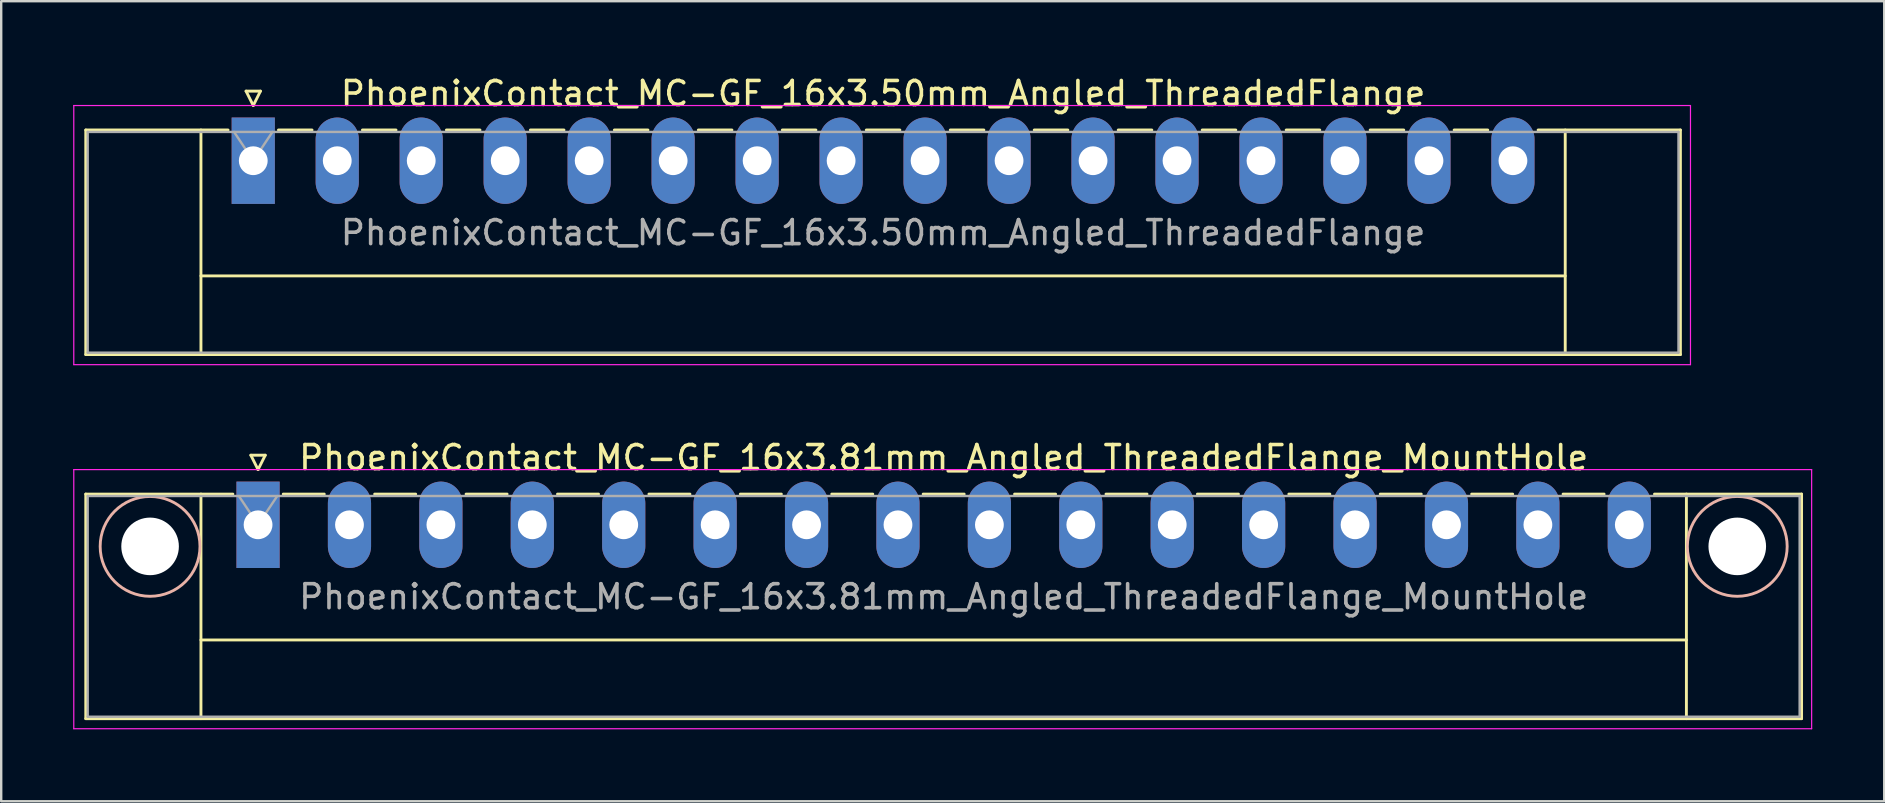
<source format=kicad_pcb>
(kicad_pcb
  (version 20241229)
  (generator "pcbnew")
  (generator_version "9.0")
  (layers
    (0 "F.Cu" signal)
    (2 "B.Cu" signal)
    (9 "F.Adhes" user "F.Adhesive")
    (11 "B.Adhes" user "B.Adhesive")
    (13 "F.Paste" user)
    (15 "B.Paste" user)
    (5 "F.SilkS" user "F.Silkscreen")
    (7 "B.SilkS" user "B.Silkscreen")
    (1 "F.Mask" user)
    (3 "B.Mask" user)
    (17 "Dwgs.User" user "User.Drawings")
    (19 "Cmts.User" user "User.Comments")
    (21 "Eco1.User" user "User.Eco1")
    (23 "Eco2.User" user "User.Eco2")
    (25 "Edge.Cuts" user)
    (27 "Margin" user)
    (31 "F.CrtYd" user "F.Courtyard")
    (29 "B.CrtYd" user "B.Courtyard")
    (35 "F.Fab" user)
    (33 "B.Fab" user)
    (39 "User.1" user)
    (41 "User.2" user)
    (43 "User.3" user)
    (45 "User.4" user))
  (footprint "PhoenixContact_MC-GF_16x3.50mm_Angled_ThreadedFlange"
    (layer "F.Cu")
    (at 7.505 3.648)
    (property "Reference" "PhoenixContact_MC-GF_16x3.50mm_Angled_ThreadedFlange" (at 26.25 -2.8 0) (layer "F.SilkS") (effects (font (size 1 1) (thickness 0.15))))
    (attr through_hole)
    (fp_line (start -6.98 -1.28) (end -6.98 8.08) (stroke (width 0.12) (type solid)) (layer "F.SilkS"))
    (fp_line (start -6.98 -1.28) (end -1.05 -1.28) (stroke (width 0.12) (type solid)) (layer "F.SilkS"))
    (fp_line (start -6.98 8.08) (end 59.48 8.08) (stroke (width 0.12) (type solid)) (layer "F.SilkS"))
    (fp_line (start -2.18 -1.28) (end -2.18 8.08) (stroke (width 0.12) (type solid)) (layer "F.SilkS"))
    (fp_line (start -2.18 4.8) (end 54.68 4.8) (stroke (width 0.12) (type solid)) (layer "F.SilkS"))
    (fp_line (start -0.3 -2.9) (end 0.3 -2.9) (stroke (width 0.12) (type solid)) (layer "F.SilkS"))
    (fp_line (start 0 -2.3) (end -0.3 -2.9) (stroke (width 0.12) (type solid)) (layer "F.SilkS"))
    (fp_line (start 0.3 -2.9) (end 0 -2.3) (stroke (width 0.12) (type solid)) (layer "F.SilkS"))
    (fp_line (start 1.05 -1.28) (end 2.45 -1.28) (stroke (width 0.12) (type solid)) (layer "F.SilkS"))
    (fp_line (start 4.55 -1.28) (end 5.95 -1.28) (stroke (width 0.12) (type solid)) (layer "F.SilkS"))
    (fp_line (start 8.05 -1.28) (end 9.45 -1.28) (stroke (width 0.12) (type solid)) (layer "F.SilkS"))
    (fp_line (start 11.55 -1.28) (end 12.95 -1.28) (stroke (width 0.12) (type solid)) (layer "F.SilkS"))
    (fp_line (start 15.05 -1.28) (end 16.45 -1.28) (stroke (width 0.12) (type solid)) (layer "F.SilkS"))
    (fp_line (start 18.55 -1.28) (end 19.95 -1.28) (stroke (width 0.12) (type solid)) (layer "F.SilkS"))
    (fp_line (start 22.05 -1.28) (end 23.45 -1.28) (stroke (width 0.12) (type solid)) (layer "F.SilkS"))
    (fp_line (start 25.55 -1.28) (end 26.95 -1.28) (stroke (width 0.12) (type solid)) (layer "F.SilkS"))
    (fp_line (start 29.05 -1.28) (end 30.45 -1.28) (stroke (width 0.12) (type solid)) (layer "F.SilkS"))
    (fp_line (start 32.55 -1.28) (end 33.95 -1.28) (stroke (width 0.12) (type solid)) (layer "F.SilkS"))
    (fp_line (start 36.05 -1.28) (end 37.45 -1.28) (stroke (width 0.12) (type solid)) (layer "F.SilkS"))
    (fp_line (start 39.55 -1.28) (end 40.95 -1.28) (stroke (width 0.12) (type solid)) (layer "F.SilkS"))
    (fp_line (start 43.05 -1.28) (end 44.45 -1.28) (stroke (width 0.12) (type solid)) (layer "F.SilkS"))
    (fp_line (start 46.55 -1.28) (end 47.95 -1.28) (stroke (width 0.12) (type solid)) (layer "F.SilkS"))
    (fp_line (start 50.05 -1.28) (end 51.45 -1.28) (stroke (width 0.12) (type solid)) (layer "F.SilkS"))
    (fp_line (start 54.68 -1.28) (end 54.68 8.08) (stroke (width 0.12) (type solid)) (layer "F.SilkS"))
    (fp_line (start 59.48 -1.28) (end 53.55 -1.28) (stroke (width 0.12) (type solid)) (layer "F.SilkS"))
    (fp_line (start 59.48 8.08) (end 59.48 -1.28) (stroke (width 0.12) (type solid)) (layer "F.SilkS"))
    (fp_line (start -7.48 -2.3) (end -7.48 8.5) (stroke (width 0.05) (type solid)) (layer "F.CrtYd"))
    (fp_line (start -7.48 8.5) (end 59.9 8.5) (stroke (width 0.05) (type solid)) (layer "F.CrtYd"))
    (fp_line (start 59.9 -2.3) (end -7.48 -2.3) (stroke (width 0.05) (type solid)) (layer "F.CrtYd"))
    (fp_line (start 59.9 8.5) (end 59.9 -2.3) (stroke (width 0.05) (type solid)) (layer "F.CrtYd"))
    (fp_line (start -6.9 -1.2) (end -6.9 8) (stroke (width 0.1) (type solid)) (layer "F.Fab"))
    (fp_line (start -6.9 8) (end 59.4 8) (stroke (width 0.1) (type solid)) (layer "F.Fab"))
    (fp_line (start 0 0) (end -0.8 -1.2) (stroke (width 0.1) (type solid)) (layer "F.Fab"))
    (fp_line (start 0.8 -1.2) (end 0 0) (stroke (width 0.1) (type solid)) (layer "F.Fab"))
    (fp_line (start 59.4 -1.2) (end -6.9 -1.2) (stroke (width 0.1) (type solid)) (layer "F.Fab"))
    (fp_line (start 59.4 8) (end 59.4 -1.2) (stroke (width 0.1) (type solid)) (layer "F.Fab"))
    (fp_text user "${REFERENCE}" (at 26.25 3 0) (layer "F.Fab") (effects (font (size 1 1) (thickness 0.15))))
    (pad "1" thru_hole rect (at 0 0) (size 1.8 3.6) (drill 1.2) (layers "*.Cu" "*.Mask"))
    (pad "2" thru_hole oval (at 3.5 0) (size 1.8 3.6) (drill 1.2) (layers "*.Cu" "*.Mask"))
    (pad "3" thru_hole oval (at 7 0) (size 1.8 3.6) (drill 1.2) (layers "*.Cu" "*.Mask"))
    (pad "4" thru_hole oval (at 10.5 0) (size 1.8 3.6) (drill 1.2) (layers "*.Cu" "*.Mask"))
    (pad "5" thru_hole oval (at 14 0) (size 1.8 3.6) (drill 1.2) (layers "*.Cu" "*.Mask"))
    (pad "6" thru_hole oval (at 17.5 0) (size 1.8 3.6) (drill 1.2) (layers "*.Cu" "*.Mask"))
    (pad "7" thru_hole oval (at 21 0) (size 1.8 3.6) (drill 1.2) (layers "*.Cu" "*.Mask"))
    (pad "8" thru_hole oval (at 24.5 0) (size 1.8 3.6) (drill 1.2) (layers "*.Cu" "*.Mask"))
    (pad "9" thru_hole oval (at 28 0) (size 1.8 3.6) (drill 1.2) (layers "*.Cu" "*.Mask"))
    (pad "10" thru_hole oval (at 31.5 0) (size 1.8 3.6) (drill 1.2) (layers "*.Cu" "*.Mask"))
    (pad "11" thru_hole oval (at 35 0) (size 1.8 3.6) (drill 1.2) (layers "*.Cu" "*.Mask"))
    (pad "12" thru_hole oval (at 38.5 0) (size 1.8 3.6) (drill 1.2) (layers "*.Cu" "*.Mask"))
    (pad "13" thru_hole oval (at 42 0) (size 1.8 3.6) (drill 1.2) (layers "*.Cu" "*.Mask"))
    (pad "14" thru_hole oval (at 45.5 0) (size 1.8 3.6) (drill 1.2) (layers "*.Cu" "*.Mask"))
    (pad "15" thru_hole oval (at 49 0) (size 1.8 3.6) (drill 1.2) (layers "*.Cu" "*.Mask"))
    (pad "16" thru_hole oval (at 52.5 0) (size 1.8 3.6) (drill 1.2) (layers "*.Cu" "*.Mask")))
  (footprint "PhoenixContact_MC-GF_16x3.81mm_Angled_ThreadedFlange_MountHole"
    (layer "F.Cu")
    (at 7.705 18.822)
    (property "Reference" "PhoenixContact_MC-GF_16x3.81mm_Angled_ThreadedFlange_MountHole" (at 28.575 -2.8 0) (layer "F.SilkS") (effects (font (size 1 1) (thickness 0.15))))
    (attr through_hole)
    (fp_line (start -7.18 -1.28) (end -7.18 8.08) (stroke (width 0.12) (type solid)) (layer "F.SilkS"))
    (fp_line (start -7.18 -1.28) (end -1.05 -1.28) (stroke (width 0.12) (type solid)) (layer "F.SilkS"))
    (fp_line (start -7.18 8.08) (end 64.33 8.08) (stroke (width 0.12) (type solid)) (layer "F.SilkS"))
    (fp_line (start -2.38 -1.28) (end -2.38 8.08) (stroke (width 0.12) (type solid)) (layer "F.SilkS"))
    (fp_line (start -2.38 4.8) (end 59.53 4.8) (stroke (width 0.12) (type solid)) (layer "F.SilkS"))
    (fp_line (start -0.3 -2.9) (end 0.3 -2.9) (stroke (width 0.12) (type solid)) (layer "F.SilkS"))
    (fp_line (start 0 -2.3) (end -0.3 -2.9) (stroke (width 0.12) (type solid)) (layer "F.SilkS"))
    (fp_line (start 0.3 -2.9) (end 0 -2.3) (stroke (width 0.12) (type solid)) (layer "F.SilkS"))
    (fp_line (start 1.05 -1.28) (end 2.76 -1.28) (stroke (width 0.12) (type solid)) (layer "F.SilkS"))
    (fp_line (start 4.86 -1.28) (end 6.57 -1.28) (stroke (width 0.12) (type solid)) (layer "F.SilkS"))
    (fp_line (start 8.67 -1.28) (end 10.38 -1.28) (stroke (width 0.12) (type solid)) (layer "F.SilkS"))
    (fp_line (start 12.48 -1.28) (end 14.19 -1.28) (stroke (width 0.12) (type solid)) (layer "F.SilkS"))
    (fp_line (start 16.29 -1.28) (end 18 -1.28) (stroke (width 0.12) (type solid)) (layer "F.SilkS"))
    (fp_line (start 20.1 -1.28) (end 21.81 -1.28) (stroke (width 0.12) (type solid)) (layer "F.SilkS"))
    (fp_line (start 23.91 -1.28) (end 25.62 -1.28) (stroke (width 0.12) (type solid)) (layer "F.SilkS"))
    (fp_line (start 27.72 -1.28) (end 29.43 -1.28) (stroke (width 0.12) (type solid)) (layer "F.SilkS"))
    (fp_line (start 31.53 -1.28) (end 33.24 -1.28) (stroke (width 0.12) (type solid)) (layer "F.SilkS"))
    (fp_line (start 35.34 -1.28) (end 37.05 -1.28) (stroke (width 0.12) (type solid)) (layer "F.SilkS"))
    (fp_line (start 39.15 -1.28) (end 40.86 -1.28) (stroke (width 0.12) (type solid)) (layer "F.SilkS"))
    (fp_line (start 42.96 -1.28) (end 44.67 -1.28) (stroke (width 0.12) (type solid)) (layer "F.SilkS"))
    (fp_line (start 46.77 -1.28) (end 48.48 -1.28) (stroke (width 0.12) (type solid)) (layer "F.SilkS"))
    (fp_line (start 50.58 -1.28) (end 52.29 -1.28) (stroke (width 0.12) (type solid)) (layer "F.SilkS"))
    (fp_line (start 54.39 -1.28) (end 56.1 -1.28) (stroke (width 0.12) (type solid)) (layer "F.SilkS"))
    (fp_line (start 59.53 -1.28) (end 59.53 8.08) (stroke (width 0.12) (type solid)) (layer "F.SilkS"))
    (fp_line (start 64.33 -1.28) (end 58.2 -1.28) (stroke (width 0.12) (type solid)) (layer "F.SilkS"))
    (fp_line (start 64.33 8.08) (end 64.33 -1.28) (stroke (width 0.12) (type solid)) (layer "F.SilkS"))
    (fp_circle (center -4.5 0.9) (end -2.42 0.9) (stroke (width 0.12) (type solid)) (fill no) (layer "B.SilkS"))
    (fp_circle (center 61.65 0.9) (end 63.73 0.9) (stroke (width 0.12) (type solid)) (fill no) (layer "B.SilkS"))
    (fp_line (start -7.68 -2.3) (end -7.68 8.5) (stroke (width 0.05) (type solid)) (layer "F.CrtYd"))
    (fp_line (start -7.68 8.5) (end 64.75 8.5) (stroke (width 0.05) (type solid)) (layer "F.CrtYd"))
    (fp_line (start 64.75 -2.3) (end -7.68 -2.3) (stroke (width 0.05) (type solid)) (layer "F.CrtYd"))
    (fp_line (start 64.75 8.5) (end 64.75 -2.3) (stroke (width 0.05) (type solid)) (layer "F.CrtYd"))
    (fp_line (start -7.1 -1.2) (end -7.1 8) (stroke (width 0.1) (type solid)) (layer "F.Fab"))
    (fp_line (start -7.1 8) (end 64.25 8) (stroke (width 0.1) (type solid)) (layer "F.Fab"))
    (fp_line (start 0 0) (end -0.8 -1.2) (stroke (width 0.1) (type solid)) (layer "F.Fab"))
    (fp_line (start 0.8 -1.2) (end 0 0) (stroke (width 0.1) (type solid)) (layer "F.Fab"))
    (fp_line (start 64.25 -1.2) (end -7.1 -1.2) (stroke (width 0.1) (type solid)) (layer "F.Fab"))
    (fp_line (start 64.25 8) (end 64.25 -1.2) (stroke (width 0.1) (type solid)) (layer "F.Fab"))
    (fp_text user "${REFERENCE}" (at 28.575 3 0) (layer "F.Fab") (effects (font (size 1 1) (thickness 0.15))))
    (pad "" np_thru_hole circle (at -4.5 0.9) (size 2.4 2.4) (drill 2.4) (layers "*.Cu" "*.Mask"))
    (pad "" np_thru_hole circle (at 61.65 0.9) (size 2.4 2.4) (drill 2.4) (layers "*.Cu" "*.Mask"))
    (pad "1" thru_hole rect (at 0 0) (size 1.8 3.6) (drill 1.2) (layers "*.Cu" "*.Mask"))
    (pad "2" thru_hole oval (at 3.81 0) (size 1.8 3.6) (drill 1.2) (layers "*.Cu" "*.Mask"))
    (pad "3" thru_hole oval (at 7.62 0) (size 1.8 3.6) (drill 1.2) (layers "*.Cu" "*.Mask"))
    (pad "4" thru_hole oval (at 11.43 0) (size 1.8 3.6) (drill 1.2) (layers "*.Cu" "*.Mask"))
    (pad "5" thru_hole oval (at 15.24 0) (size 1.8 3.6) (drill 1.2) (layers "*.Cu" "*.Mask"))
    (pad "6" thru_hole oval (at 19.05 0) (size 1.8 3.6) (drill 1.2) (layers "*.Cu" "*.Mask"))
    (pad "7" thru_hole oval (at 22.86 0) (size 1.8 3.6) (drill 1.2) (layers "*.Cu" "*.Mask"))
    (pad "8" thru_hole oval (at 26.67 0) (size 1.8 3.6) (drill 1.2) (layers "*.Cu" "*.Mask"))
    (pad "9" thru_hole oval (at 30.48 0) (size 1.8 3.6) (drill 1.2) (layers "*.Cu" "*.Mask"))
    (pad "10" thru_hole oval (at 34.29 0) (size 1.8 3.6) (drill 1.2) (layers "*.Cu" "*.Mask"))
    (pad "11" thru_hole oval (at 38.1 0) (size 1.8 3.6) (drill 1.2) (layers "*.Cu" "*.Mask"))
    (pad "12" thru_hole oval (at 41.91 0) (size 1.8 3.6) (drill 1.2) (layers "*.Cu" "*.Mask"))
    (pad "13" thru_hole oval (at 45.72 0) (size 1.8 3.6) (drill 1.2) (layers "*.Cu" "*.Mask"))
    (pad "14" thru_hole oval (at 49.53 0) (size 1.8 3.6) (drill 1.2) (layers "*.Cu" "*.Mask"))
    (pad "15" thru_hole oval (at 53.34 0) (size 1.8 3.6) (drill 1.2) (layers "*.Cu" "*.Mask"))
    (pad "16" thru_hole oval (at 57.15 0) (size 1.8 3.6) (drill 1.2) (layers "*.Cu" "*.Mask")))
  (gr_rect
    (start -3 -3)
    (end 75.48 30.346)
    (stroke (width 0.1) (type default))
    (fill no)
    (layer "Edge.Cuts")))
</source>
